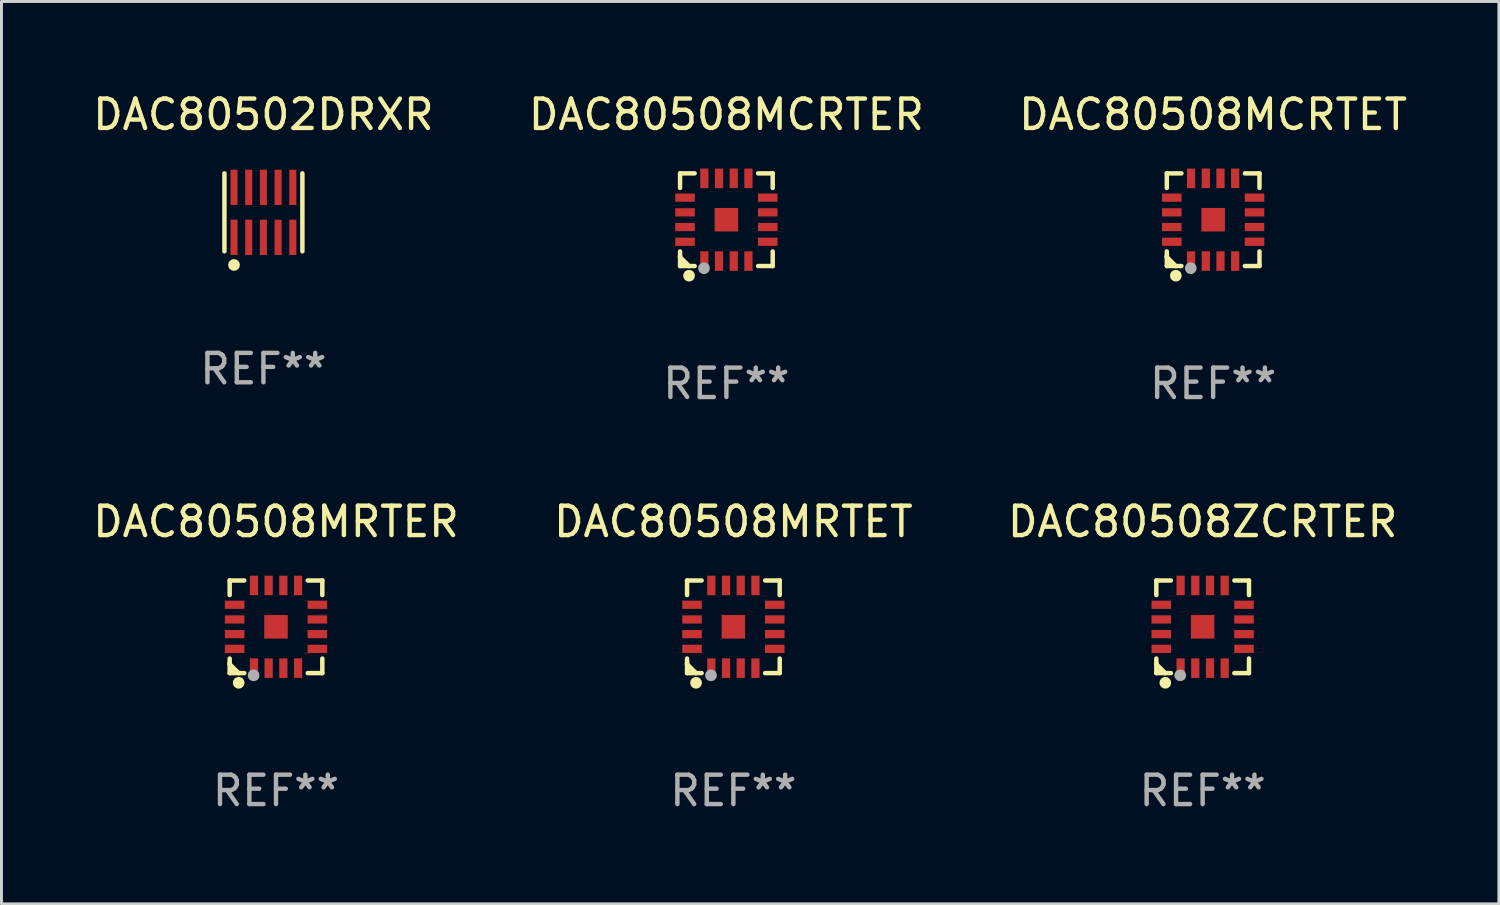
<source format=kicad_pcb>
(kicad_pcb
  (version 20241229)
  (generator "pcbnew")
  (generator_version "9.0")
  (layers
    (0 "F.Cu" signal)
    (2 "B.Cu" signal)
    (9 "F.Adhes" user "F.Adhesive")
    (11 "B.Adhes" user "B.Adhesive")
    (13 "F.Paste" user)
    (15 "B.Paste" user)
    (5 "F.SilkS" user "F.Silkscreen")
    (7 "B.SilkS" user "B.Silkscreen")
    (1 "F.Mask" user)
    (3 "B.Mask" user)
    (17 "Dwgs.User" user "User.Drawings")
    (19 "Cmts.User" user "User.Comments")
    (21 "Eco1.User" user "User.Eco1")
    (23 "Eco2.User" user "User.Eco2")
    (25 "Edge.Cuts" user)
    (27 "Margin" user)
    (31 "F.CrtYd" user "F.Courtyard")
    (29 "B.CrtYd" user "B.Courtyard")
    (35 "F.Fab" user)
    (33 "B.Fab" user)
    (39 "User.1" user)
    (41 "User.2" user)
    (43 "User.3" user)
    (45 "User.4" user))
  (footprint "DAC80508MCRTER"
    (layer "F.Cu")
    (at 21.661 4.424)
    (property "Reference" "DAC80508MCRTER" (at 0 -3.576 0) (layer "F.SilkS") (effects (font (size 1 1) (thickness 0.15))))
    (attr through_hole)
    (fp_line (start -1.576 -1.576) (end -1.08 -1.576) (stroke (width 0.152) (type solid)) (layer "F.SilkS"))
    (fp_line (start -1.576 -1.08) (end -1.576 -1.576) (stroke (width 0.152) (type solid)) (layer "F.SilkS"))
    (fp_line (start -1.576 1.08) (end -1.576 1.576) (stroke (width 0.152) (type solid)) (layer "F.SilkS"))
    (fp_line (start -1.576 1.232) (end -1.576 1.272) (stroke (width 0.152) (type solid)) (layer "F.SilkS"))
    (fp_line (start -1.576 1.272) (end -1.272 1.576) (stroke (width 0.152) (type solid)) (layer "F.SilkS"))
    (fp_line (start -1.576 1.576) (end -1.08 1.576) (stroke (width 0.152) (type solid)) (layer "F.SilkS"))
    (fp_line (start 1.576 -1.576) (end 1.08 -1.576) (stroke (width 0.152) (type solid)) (layer "F.SilkS"))
    (fp_line (start 1.576 -1.08) (end 1.576 -1.576) (stroke (width 0.152) (type solid)) (layer "F.SilkS"))
    (fp_line (start 1.576 1.08) (end 1.576 1.576) (stroke (width 0.152) (type solid)) (layer "F.SilkS"))
    (fp_line (start 1.576 1.576) (end 1.08 1.576) (stroke (width 0.152) (type solid)) (layer "F.SilkS"))
    (fp_circle (center -1.5 1.5) (end -1.47 1.5) (stroke (width 0.06) (type solid)) (fill no) (layer "F.SilkS"))
    (fp_circle (center -1.27 1.905) (end -1.17 1.905) (stroke (width 0.2) (type solid)) (fill no) (layer "F.SilkS"))
    (fp_circle (center -0.762 1.651) (end -0.662 1.651) (stroke (width 0.2) (type solid)) (fill no) (layer "F.Fab"))
    (fp_text user "REF**" (at 0 5.576 0) (layer "F.Fab") (effects (font (size 1 1) (thickness 0.15))))
    (pad "1" smd rect (at -0.75 1.407) (size 0.28 0.665) (layers "F.Cu" "F.Mask" "F.Paste"))
    (pad "2" smd rect (at -0.25 1.407) (size 0.28 0.665) (layers "F.Cu" "F.Mask" "F.Paste"))
    (pad "3" smd rect (at 0.25 1.407) (size 0.28 0.665) (layers "F.Cu" "F.Mask" "F.Paste"))
    (pad "4" smd rect (at 0.75 1.407) (size 0.28 0.665) (layers "F.Cu" "F.Mask" "F.Paste"))
    (pad "5" smd rect (at 1.407 0.75) (size 0.665 0.28) (layers "F.Cu" "F.Mask" "F.Paste"))
    (pad "6" smd rect (at 1.407 0.25) (size 0.665 0.28) (layers "F.Cu" "F.Mask" "F.Paste"))
    (pad "7" smd rect (at 1.407 -0.25) (size 0.665 0.28) (layers "F.Cu" "F.Mask" "F.Paste"))
    (pad "8" smd rect (at 1.407 -0.75) (size 0.665 0.28) (layers "F.Cu" "F.Mask" "F.Paste"))
    (pad "9" smd rect (at 0.75 -1.407) (size 0.28 0.665) (layers "F.Cu" "F.Mask" "F.Paste"))
    (pad "10" smd rect (at 0.25 -1.407) (size 0.28 0.665) (layers "F.Cu" "F.Mask" "F.Paste"))
    (pad "11" smd rect (at -0.25 -1.407) (size 0.28 0.665) (layers "F.Cu" "F.Mask" "F.Paste"))
    (pad "12" smd rect (at -0.75 -1.407) (size 0.28 0.665) (layers "F.Cu" "F.Mask" "F.Paste"))
    (pad "13" smd rect (at -1.407 -0.75) (size 0.665 0.28) (layers "F.Cu" "F.Mask" "F.Paste"))
    (pad "14" smd rect (at -1.407 -0.25) (size 0.665 0.28) (layers "F.Cu" "F.Mask" "F.Paste"))
    (pad "15" smd rect (at -1.407 0.25) (size 0.665 0.28) (layers "F.Cu" "F.Mask" "F.Paste"))
    (pad "16" smd rect (at -1.407 0.75) (size 0.665 0.28) (layers "F.Cu" "F.Mask" "F.Paste"))
    (pad "17" smd rect (at 0 0) (size 0.8 0.8) (layers "F.Cu" "F.Mask" "F.Paste")))
  (footprint "DAC80508MCRTET"
    (layer "F.Cu")
    (at 38.22 4.424)
    (property "Reference" "DAC80508MCRTET" (at 0 -3.576 0) (layer "F.SilkS") (effects (font (size 1 1) (thickness 0.15))))
    (attr through_hole)
    (fp_line (start -1.576 -1.576) (end -1.08 -1.576) (stroke (width 0.152) (type solid)) (layer "F.SilkS"))
    (fp_line (start -1.576 -1.08) (end -1.576 -1.576) (stroke (width 0.152) (type solid)) (layer "F.SilkS"))
    (fp_line (start -1.576 1.08) (end -1.576 1.576) (stroke (width 0.152) (type solid)) (layer "F.SilkS"))
    (fp_line (start -1.576 1.232) (end -1.576 1.272) (stroke (width 0.152) (type solid)) (layer "F.SilkS"))
    (fp_line (start -1.576 1.272) (end -1.272 1.576) (stroke (width 0.152) (type solid)) (layer "F.SilkS"))
    (fp_line (start -1.576 1.576) (end -1.08 1.576) (stroke (width 0.152) (type solid)) (layer "F.SilkS"))
    (fp_line (start 1.576 -1.576) (end 1.08 -1.576) (stroke (width 0.152) (type solid)) (layer "F.SilkS"))
    (fp_line (start 1.576 -1.08) (end 1.576 -1.576) (stroke (width 0.152) (type solid)) (layer "F.SilkS"))
    (fp_line (start 1.576 1.08) (end 1.576 1.576) (stroke (width 0.152) (type solid)) (layer "F.SilkS"))
    (fp_line (start 1.576 1.576) (end 1.08 1.576) (stroke (width 0.152) (type solid)) (layer "F.SilkS"))
    (fp_circle (center -1.5 1.5) (end -1.47 1.5) (stroke (width 0.06) (type solid)) (fill no) (layer "F.SilkS"))
    (fp_circle (center -1.27 1.905) (end -1.17 1.905) (stroke (width 0.2) (type solid)) (fill no) (layer "F.SilkS"))
    (fp_circle (center -0.762 1.651) (end -0.662 1.651) (stroke (width 0.2) (type solid)) (fill no) (layer "F.Fab"))
    (fp_text user "REF**" (at 0 5.576 0) (layer "F.Fab") (effects (font (size 1 1) (thickness 0.15))))
    (pad "1" smd rect (at -0.75 1.407) (size 0.28 0.665) (layers "F.Cu" "F.Mask" "F.Paste"))
    (pad "2" smd rect (at -0.25 1.407) (size 0.28 0.665) (layers "F.Cu" "F.Mask" "F.Paste"))
    (pad "3" smd rect (at 0.25 1.407) (size 0.28 0.665) (layers "F.Cu" "F.Mask" "F.Paste"))
    (pad "4" smd rect (at 0.75 1.407) (size 0.28 0.665) (layers "F.Cu" "F.Mask" "F.Paste"))
    (pad "5" smd rect (at 1.407 0.75) (size 0.665 0.28) (layers "F.Cu" "F.Mask" "F.Paste"))
    (pad "6" smd rect (at 1.407 0.25) (size 0.665 0.28) (layers "F.Cu" "F.Mask" "F.Paste"))
    (pad "7" smd rect (at 1.407 -0.25) (size 0.665 0.28) (layers "F.Cu" "F.Mask" "F.Paste"))
    (pad "8" smd rect (at 1.407 -0.75) (size 0.665 0.28) (layers "F.Cu" "F.Mask" "F.Paste"))
    (pad "9" smd rect (at 0.75 -1.407) (size 0.28 0.665) (layers "F.Cu" "F.Mask" "F.Paste"))
    (pad "10" smd rect (at 0.25 -1.407) (size 0.28 0.665) (layers "F.Cu" "F.Mask" "F.Paste"))
    (pad "11" smd rect (at -0.25 -1.407) (size 0.28 0.665) (layers "F.Cu" "F.Mask" "F.Paste"))
    (pad "12" smd rect (at -0.75 -1.407) (size 0.28 0.665) (layers "F.Cu" "F.Mask" "F.Paste"))
    (pad "13" smd rect (at -1.407 -0.75) (size 0.665 0.28) (layers "F.Cu" "F.Mask" "F.Paste"))
    (pad "14" smd rect (at -1.407 -0.25) (size 0.665 0.28) (layers "F.Cu" "F.Mask" "F.Paste"))
    (pad "15" smd rect (at -1.407 0.25) (size 0.665 0.28) (layers "F.Cu" "F.Mask" "F.Paste"))
    (pad "16" smd rect (at -1.407 0.75) (size 0.665 0.28) (layers "F.Cu" "F.Mask" "F.Paste"))
    (pad "17" smd rect (at 0 0) (size 0.8 0.8) (layers "F.Cu" "F.Mask" "F.Paste")))
  (footprint "DAC80508MRTER"
    (layer "F.Cu")
    (at 6.339 18.273)
    (property "Reference" "DAC80508MRTER" (at 0 -3.576 0) (layer "F.SilkS") (effects (font (size 1 1) (thickness 0.15))))
    (attr through_hole)
    (fp_line (start -1.576 -1.576) (end -1.08 -1.576) (stroke (width 0.152) (type solid)) (layer "F.SilkS"))
    (fp_line (start -1.576 -1.08) (end -1.576 -1.576) (stroke (width 0.152) (type solid)) (layer "F.SilkS"))
    (fp_line (start -1.576 1.08) (end -1.576 1.576) (stroke (width 0.152) (type solid)) (layer "F.SilkS"))
    (fp_line (start -1.576 1.232) (end -1.576 1.272) (stroke (width 0.152) (type solid)) (layer "F.SilkS"))
    (fp_line (start -1.576 1.272) (end -1.272 1.576) (stroke (width 0.152) (type solid)) (layer "F.SilkS"))
    (fp_line (start -1.576 1.576) (end -1.08 1.576) (stroke (width 0.152) (type solid)) (layer "F.SilkS"))
    (fp_line (start 1.576 -1.576) (end 1.08 -1.576) (stroke (width 0.152) (type solid)) (layer "F.SilkS"))
    (fp_line (start 1.576 -1.08) (end 1.576 -1.576) (stroke (width 0.152) (type solid)) (layer "F.SilkS"))
    (fp_line (start 1.576 1.08) (end 1.576 1.576) (stroke (width 0.152) (type solid)) (layer "F.SilkS"))
    (fp_line (start 1.576 1.576) (end 1.08 1.576) (stroke (width 0.152) (type solid)) (layer "F.SilkS"))
    (fp_circle (center -1.5 1.5) (end -1.47 1.5) (stroke (width 0.06) (type solid)) (fill no) (layer "F.SilkS"))
    (fp_circle (center -1.27 1.905) (end -1.17 1.905) (stroke (width 0.2) (type solid)) (fill no) (layer "F.SilkS"))
    (fp_circle (center -0.762 1.651) (end -0.662 1.651) (stroke (width 0.2) (type solid)) (fill no) (layer "F.Fab"))
    (fp_text user "REF**" (at 0 5.576 0) (layer "F.Fab") (effects (font (size 1 1) (thickness 0.15))))
    (pad "1" smd rect (at -0.75 1.407) (size 0.28 0.665) (layers "F.Cu" "F.Mask" "F.Paste"))
    (pad "2" smd rect (at -0.25 1.407) (size 0.28 0.665) (layers "F.Cu" "F.Mask" "F.Paste"))
    (pad "3" smd rect (at 0.25 1.407) (size 0.28 0.665) (layers "F.Cu" "F.Mask" "F.Paste"))
    (pad "4" smd rect (at 0.75 1.407) (size 0.28 0.665) (layers "F.Cu" "F.Mask" "F.Paste"))
    (pad "5" smd rect (at 1.407 0.75) (size 0.665 0.28) (layers "F.Cu" "F.Mask" "F.Paste"))
    (pad "6" smd rect (at 1.407 0.25) (size 0.665 0.28) (layers "F.Cu" "F.Mask" "F.Paste"))
    (pad "7" smd rect (at 1.407 -0.25) (size 0.665 0.28) (layers "F.Cu" "F.Mask" "F.Paste"))
    (pad "8" smd rect (at 1.407 -0.75) (size 0.665 0.28) (layers "F.Cu" "F.Mask" "F.Paste"))
    (pad "9" smd rect (at 0.75 -1.407) (size 0.28 0.665) (layers "F.Cu" "F.Mask" "F.Paste"))
    (pad "10" smd rect (at 0.25 -1.407) (size 0.28 0.665) (layers "F.Cu" "F.Mask" "F.Paste"))
    (pad "11" smd rect (at -0.25 -1.407) (size 0.28 0.665) (layers "F.Cu" "F.Mask" "F.Paste"))
    (pad "12" smd rect (at -0.75 -1.407) (size 0.28 0.665) (layers "F.Cu" "F.Mask" "F.Paste"))
    (pad "13" smd rect (at -1.407 -0.75) (size 0.665 0.28) (layers "F.Cu" "F.Mask" "F.Paste"))
    (pad "14" smd rect (at -1.407 -0.25) (size 0.665 0.28) (layers "F.Cu" "F.Mask" "F.Paste"))
    (pad "15" smd rect (at -1.407 0.25) (size 0.665 0.28) (layers "F.Cu" "F.Mask" "F.Paste"))
    (pad "16" smd rect (at -1.407 0.75) (size 0.665 0.28) (layers "F.Cu" "F.Mask" "F.Paste"))
    (pad "17" smd rect (at 0 0) (size 0.8 0.8) (layers "F.Cu" "F.Mask" "F.Paste")))
  (footprint "DAC80508MRTET"
    (layer "F.Cu")
    (at 21.899 18.273)
    (property "Reference" "DAC80508MRTET" (at 0 -3.576 0) (layer "F.SilkS") (effects (font (size 1 1) (thickness 0.15))))
    (attr through_hole)
    (fp_line (start -1.576 -1.576) (end -1.08 -1.576) (stroke (width 0.152) (type solid)) (layer "F.SilkS"))
    (fp_line (start -1.576 -1.08) (end -1.576 -1.576) (stroke (width 0.152) (type solid)) (layer "F.SilkS"))
    (fp_line (start -1.576 1.08) (end -1.576 1.576) (stroke (width 0.152) (type solid)) (layer "F.SilkS"))
    (fp_line (start -1.576 1.232) (end -1.576 1.272) (stroke (width 0.152) (type solid)) (layer "F.SilkS"))
    (fp_line (start -1.576 1.272) (end -1.272 1.576) (stroke (width 0.152) (type solid)) (layer "F.SilkS"))
    (fp_line (start -1.576 1.576) (end -1.08 1.576) (stroke (width 0.152) (type solid)) (layer "F.SilkS"))
    (fp_line (start 1.576 -1.576) (end 1.08 -1.576) (stroke (width 0.152) (type solid)) (layer "F.SilkS"))
    (fp_line (start 1.576 -1.08) (end 1.576 -1.576) (stroke (width 0.152) (type solid)) (layer "F.SilkS"))
    (fp_line (start 1.576 1.08) (end 1.576 1.576) (stroke (width 0.152) (type solid)) (layer "F.SilkS"))
    (fp_line (start 1.576 1.576) (end 1.08 1.576) (stroke (width 0.152) (type solid)) (layer "F.SilkS"))
    (fp_circle (center -1.5 1.5) (end -1.47 1.5) (stroke (width 0.06) (type solid)) (fill no) (layer "F.SilkS"))
    (fp_circle (center -1.27 1.905) (end -1.17 1.905) (stroke (width 0.2) (type solid)) (fill no) (layer "F.SilkS"))
    (fp_circle (center -0.762 1.651) (end -0.662 1.651) (stroke (width 0.2) (type solid)) (fill no) (layer "F.Fab"))
    (fp_text user "REF**" (at 0 5.576 0) (layer "F.Fab") (effects (font (size 1 1) (thickness 0.15))))
    (pad "1" smd rect (at -0.75 1.407) (size 0.28 0.665) (layers "F.Cu" "F.Mask" "F.Paste"))
    (pad "2" smd rect (at -0.25 1.407) (size 0.28 0.665) (layers "F.Cu" "F.Mask" "F.Paste"))
    (pad "3" smd rect (at 0.25 1.407) (size 0.28 0.665) (layers "F.Cu" "F.Mask" "F.Paste"))
    (pad "4" smd rect (at 0.75 1.407) (size 0.28 0.665) (layers "F.Cu" "F.Mask" "F.Paste"))
    (pad "5" smd rect (at 1.407 0.75) (size 0.665 0.28) (layers "F.Cu" "F.Mask" "F.Paste"))
    (pad "6" smd rect (at 1.407 0.25) (size 0.665 0.28) (layers "F.Cu" "F.Mask" "F.Paste"))
    (pad "7" smd rect (at 1.407 -0.25) (size 0.665 0.28) (layers "F.Cu" "F.Mask" "F.Paste"))
    (pad "8" smd rect (at 1.407 -0.75) (size 0.665 0.28) (layers "F.Cu" "F.Mask" "F.Paste"))
    (pad "9" smd rect (at 0.75 -1.407) (size 0.28 0.665) (layers "F.Cu" "F.Mask" "F.Paste"))
    (pad "10" smd rect (at 0.25 -1.407) (size 0.28 0.665) (layers "F.Cu" "F.Mask" "F.Paste"))
    (pad "11" smd rect (at -0.25 -1.407) (size 0.28 0.665) (layers "F.Cu" "F.Mask" "F.Paste"))
    (pad "12" smd rect (at -0.75 -1.407) (size 0.28 0.665) (layers "F.Cu" "F.Mask" "F.Paste"))
    (pad "13" smd rect (at -1.407 -0.75) (size 0.665 0.28) (layers "F.Cu" "F.Mask" "F.Paste"))
    (pad "14" smd rect (at -1.407 -0.25) (size 0.665 0.28) (layers "F.Cu" "F.Mask" "F.Paste"))
    (pad "15" smd rect (at -1.407 0.25) (size 0.665 0.28) (layers "F.Cu" "F.Mask" "F.Paste"))
    (pad "16" smd rect (at -1.407 0.75) (size 0.665 0.28) (layers "F.Cu" "F.Mask" "F.Paste"))
    (pad "17" smd rect (at 0 0) (size 0.8 0.8) (layers "F.Cu" "F.Mask" "F.Paste")))
  (footprint "DAC80508ZCRTER"
    (layer "F.Cu")
    (at 37.863 18.273)
    (property "Reference" "DAC80508ZCRTER" (at 0 -3.576 0) (layer "F.SilkS") (effects (font (size 1 1) (thickness 0.15))))
    (attr through_hole)
    (fp_line (start -1.576 -1.576) (end -1.08 -1.576) (stroke (width 0.152) (type solid)) (layer "F.SilkS"))
    (fp_line (start -1.576 -1.08) (end -1.576 -1.576) (stroke (width 0.152) (type solid)) (layer "F.SilkS"))
    (fp_line (start -1.576 1.08) (end -1.576 1.576) (stroke (width 0.152) (type solid)) (layer "F.SilkS"))
    (fp_line (start -1.576 1.232) (end -1.576 1.272) (stroke (width 0.152) (type solid)) (layer "F.SilkS"))
    (fp_line (start -1.576 1.272) (end -1.272 1.576) (stroke (width 0.152) (type solid)) (layer "F.SilkS"))
    (fp_line (start -1.576 1.576) (end -1.08 1.576) (stroke (width 0.152) (type solid)) (layer "F.SilkS"))
    (fp_line (start 1.576 -1.576) (end 1.08 -1.576) (stroke (width 0.152) (type solid)) (layer "F.SilkS"))
    (fp_line (start 1.576 -1.08) (end 1.576 -1.576) (stroke (width 0.152) (type solid)) (layer "F.SilkS"))
    (fp_line (start 1.576 1.08) (end 1.576 1.576) (stroke (width 0.152) (type solid)) (layer "F.SilkS"))
    (fp_line (start 1.576 1.576) (end 1.08 1.576) (stroke (width 0.152) (type solid)) (layer "F.SilkS"))
    (fp_circle (center -1.5 1.5) (end -1.47 1.5) (stroke (width 0.06) (type solid)) (fill no) (layer "F.SilkS"))
    (fp_circle (center -1.27 1.905) (end -1.17 1.905) (stroke (width 0.2) (type solid)) (fill no) (layer "F.SilkS"))
    (fp_circle (center -0.762 1.651) (end -0.662 1.651) (stroke (width 0.2) (type solid)) (fill no) (layer "F.Fab"))
    (fp_text user "REF**" (at 0 5.576 0) (layer "F.Fab") (effects (font (size 1 1) (thickness 0.15))))
    (pad "1" smd rect (at -0.75 1.407) (size 0.28 0.665) (layers "F.Cu" "F.Mask" "F.Paste"))
    (pad "2" smd rect (at -0.25 1.407) (size 0.28 0.665) (layers "F.Cu" "F.Mask" "F.Paste"))
    (pad "3" smd rect (at 0.25 1.407) (size 0.28 0.665) (layers "F.Cu" "F.Mask" "F.Paste"))
    (pad "4" smd rect (at 0.75 1.407) (size 0.28 0.665) (layers "F.Cu" "F.Mask" "F.Paste"))
    (pad "5" smd rect (at 1.407 0.75) (size 0.665 0.28) (layers "F.Cu" "F.Mask" "F.Paste"))
    (pad "6" smd rect (at 1.407 0.25) (size 0.665 0.28) (layers "F.Cu" "F.Mask" "F.Paste"))
    (pad "7" smd rect (at 1.407 -0.25) (size 0.665 0.28) (layers "F.Cu" "F.Mask" "F.Paste"))
    (pad "8" smd rect (at 1.407 -0.75) (size 0.665 0.28) (layers "F.Cu" "F.Mask" "F.Paste"))
    (pad "9" smd rect (at 0.75 -1.407) (size 0.28 0.665) (layers "F.Cu" "F.Mask" "F.Paste"))
    (pad "10" smd rect (at 0.25 -1.407) (size 0.28 0.665) (layers "F.Cu" "F.Mask" "F.Paste"))
    (pad "11" smd rect (at -0.25 -1.407) (size 0.28 0.665) (layers "F.Cu" "F.Mask" "F.Paste"))
    (pad "12" smd rect (at -0.75 -1.407) (size 0.28 0.665) (layers "F.Cu" "F.Mask" "F.Paste"))
    (pad "13" smd rect (at -1.407 -0.75) (size 0.665 0.28) (layers "F.Cu" "F.Mask" "F.Paste"))
    (pad "14" smd rect (at -1.407 -0.25) (size 0.665 0.28) (layers "F.Cu" "F.Mask" "F.Paste"))
    (pad "15" smd rect (at -1.407 0.25) (size 0.665 0.28) (layers "F.Cu" "F.Mask" "F.Paste"))
    (pad "16" smd rect (at -1.407 0.75) (size 0.665 0.28) (layers "F.Cu" "F.Mask" "F.Paste"))
    (pad "17" smd rect (at 0 0) (size 0.8 0.8) (layers "F.Cu" "F.Mask" "F.Paste")))
  (footprint "DAC80502DRXR"
    (layer "F.Cu")
    (at 5.911 4.174)
    (property "Reference" "DAC80502DRXR" (at 0 -3.326 0) (layer "F.SilkS") (effects (font (size 1 1) (thickness 0.15))))
    (attr through_hole)
    (fp_line (start -1.326 1.326) (end -1.326 -1.326) (stroke (width 0.152) (type solid)) (layer "F.SilkS"))
    (fp_line (start 1.326 -1.326) (end 1.326 1.326) (stroke (width 0.152) (type solid)) (layer "F.SilkS"))
    (fp_circle (center -1 1.79) (end -0.9 1.79) (stroke (width 0.2) (type solid)) (fill no) (layer "F.SilkS"))
    (fp_text user "REF**" (at 0 5.326 0) (layer "F.Fab") (effects (font (size 1 1) (thickness 0.15))))
    (pad "1" smd rect (at -1 0.85) (size 0.24 1.2) (layers "F.Cu" "F.Mask" "F.Paste"))
    (pad "2" smd rect (at -0.5 0.85) (size 0.24 1.2) (layers "F.Cu" "F.Mask" "F.Paste"))
    (pad "3" smd rect (at 0 0.85) (size 0.24 1.2) (layers "F.Cu" "F.Mask" "F.Paste"))
    (pad "4" smd rect (at 0.5 0.85) (size 0.24 1.2) (layers "F.Cu" "F.Mask" "F.Paste"))
    (pad "5" smd rect (at 1 0.85) (size 0.24 1.2) (layers "F.Cu" "F.Mask" "F.Paste"))
    (pad "6" smd rect (at 1 -0.85) (size 0.24 1.2) (layers "F.Cu" "F.Mask" "F.Paste"))
    (pad "7" smd rect (at 0.5 -0.85) (size 0.24 1.2) (layers "F.Cu" "F.Mask" "F.Paste"))
    (pad "8" smd rect (at 0 -0.85) (size 0.24 1.2) (layers "F.Cu" "F.Mask" "F.Paste"))
    (pad "9" smd rect (at -0.5 -0.85) (size 0.24 1.2) (layers "F.Cu" "F.Mask" "F.Paste"))
    (pad "10" smd rect (at -1 -0.85) (size 0.24 1.2) (layers "F.Cu" "F.Mask" "F.Paste")))
  (gr_rect
    (start -3 -3)
    (end 47.94 27.698)
    (stroke (width 0.1) (type default))
    (fill no)
    (layer "Edge.Cuts")))
</source>
